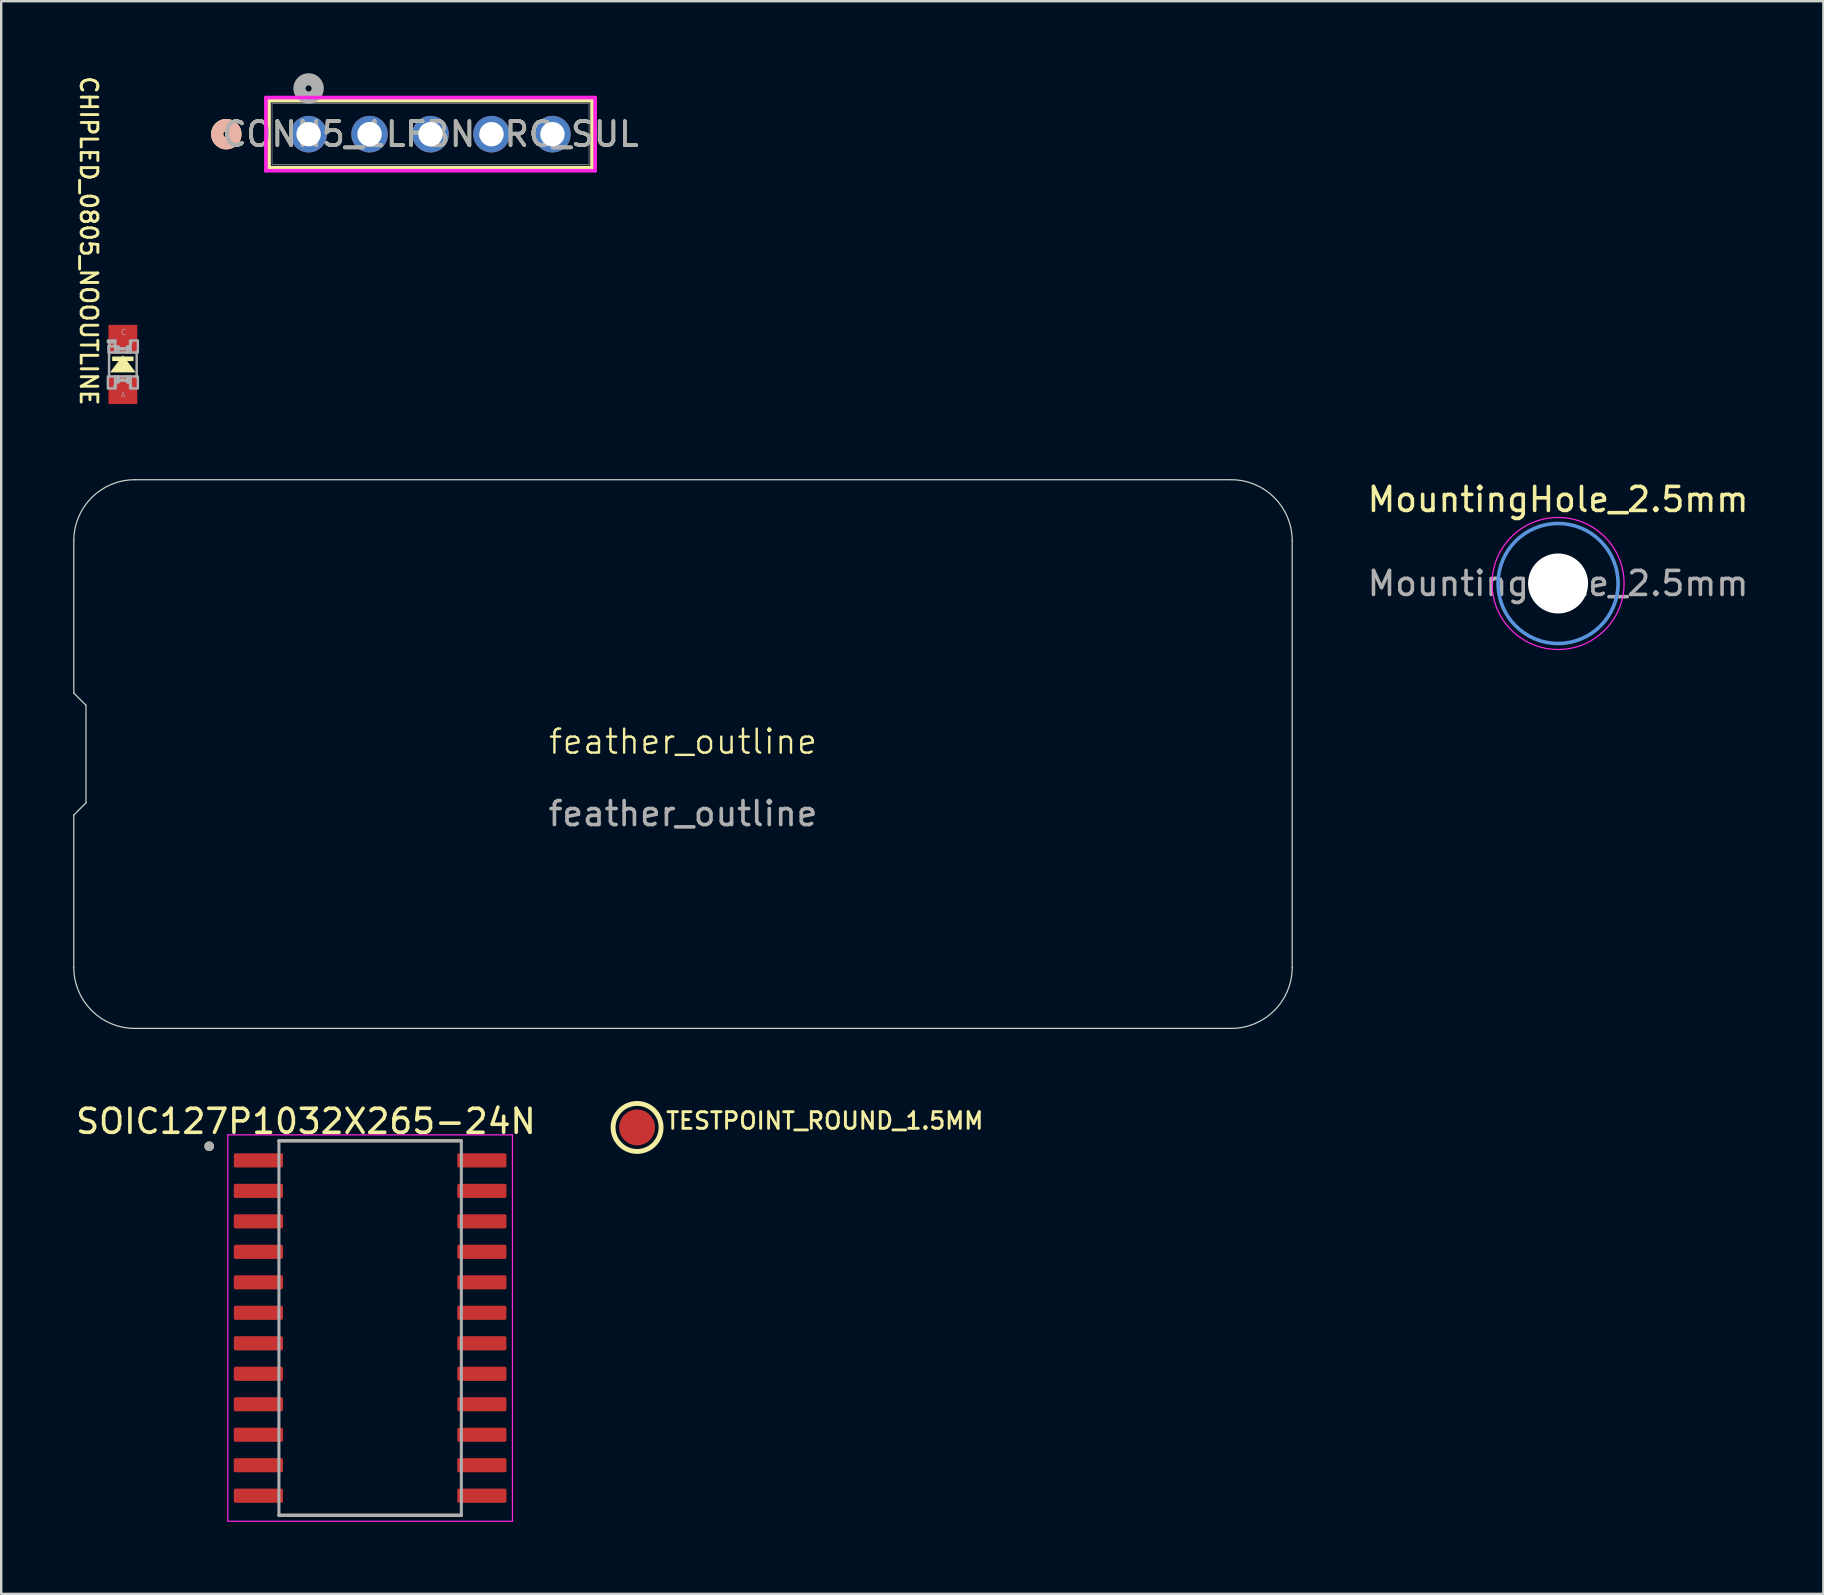
<source format=kicad_pcb>
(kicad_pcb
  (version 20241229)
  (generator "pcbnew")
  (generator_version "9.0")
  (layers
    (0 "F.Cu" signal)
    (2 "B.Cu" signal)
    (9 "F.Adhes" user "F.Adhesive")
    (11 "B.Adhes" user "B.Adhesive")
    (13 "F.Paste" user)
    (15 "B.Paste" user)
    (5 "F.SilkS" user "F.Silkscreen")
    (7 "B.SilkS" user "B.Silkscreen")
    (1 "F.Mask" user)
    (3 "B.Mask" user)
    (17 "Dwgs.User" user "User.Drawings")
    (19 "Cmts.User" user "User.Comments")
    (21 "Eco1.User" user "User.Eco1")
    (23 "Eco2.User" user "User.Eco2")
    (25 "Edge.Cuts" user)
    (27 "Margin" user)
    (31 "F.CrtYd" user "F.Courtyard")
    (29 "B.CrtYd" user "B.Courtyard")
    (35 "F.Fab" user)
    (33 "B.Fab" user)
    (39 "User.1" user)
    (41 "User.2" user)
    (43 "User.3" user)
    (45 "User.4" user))
  (footprint "CONN5_1LFBN-RC_SUL"
    (layer "F.Cu")
    (at 9.808 2.54)
    (property "Reference" "CONN5_1LFBN-RC_SUL" (at 5.08 0 0) (unlocked yes) (layer "F.SilkS") (effects (font (size 1 1) (thickness 0.15))))
    (attr through_hole)
    (fp_line (start -1.651 -1.397) (end -1.651 1.397) (stroke (width 0.152) (type solid)) (layer "F.SilkS"))
    (fp_line (start -1.651 1.397) (end 11.811 1.397) (stroke (width 0.152) (type solid)) (layer "F.SilkS"))
    (fp_line (start 11.811 -1.397) (end -1.651 -1.397) (stroke (width 0.152) (type solid)) (layer "F.SilkS"))
    (fp_line (start 11.811 1.397) (end 11.811 -1.397) (stroke (width 0.152) (type solid)) (layer "F.SilkS"))
    (fp_circle (center -3.429 0) (end -3.048 0) (stroke (width 0.508) (type solid)) (fill no) (layer "F.SilkS"))
    (fp_circle (center -3.429 0) (end -3.048 0) (stroke (width 0.508) (type solid)) (fill no) (layer "B.SilkS"))
    (fp_line (start -1.778 -1.524) (end -1.778 1.524) (stroke (width 0.152) (type solid)) (layer "F.CrtYd"))
    (fp_line (start -1.778 1.524) (end 11.938 1.524) (stroke (width 0.152) (type solid)) (layer "F.CrtYd"))
    (fp_line (start 11.938 -1.524) (end -1.778 -1.524) (stroke (width 0.152) (type solid)) (layer "F.CrtYd"))
    (fp_line (start 11.938 1.524) (end 11.938 -1.524) (stroke (width 0.152) (type solid)) (layer "F.CrtYd"))
    (fp_line (start -1.524 -1.27) (end -1.524 1.27) (stroke (width 0.025) (type solid)) (layer "F.Fab"))
    (fp_line (start -1.524 1.27) (end 11.684 1.27) (stroke (width 0.025) (type solid)) (layer "F.Fab"))
    (fp_line (start 11.684 -1.27) (end -1.524 -1.27) (stroke (width 0.025) (type solid)) (layer "F.Fab"))
    (fp_line (start 11.684 1.27) (end 11.684 -1.27) (stroke (width 0.025) (type solid)) (layer "F.Fab"))
    (fp_circle (center 0 -1.905) (end 0.381 -1.905) (stroke (width 0.508) (type solid)) (fill no) (layer "F.Fab"))
    (fp_text user "${REFERENCE}" (at 5.08 0 0) (unlocked yes) (layer "F.Fab") (effects (font (size 1 1) (thickness 0.15))))
    (pad "1" thru_hole circle (at 0 0) (size 1.524 1.524) (drill 1.016) (layers "*.Cu" "*.Mask"))
    (pad "2" thru_hole circle (at 2.54 0) (size 1.524 1.524) (drill 1.016) (layers "*.Cu" "*.Mask"))
    (pad "3" thru_hole circle (at 5.08 0) (size 1.524 1.524) (drill 1.016) (layers "*.Cu" "*.Mask"))
    (pad "4" thru_hole circle (at 7.62 0) (size 1.524 1.524) (drill 1.016) (layers "*.Cu" "*.Mask"))
    (pad "5" thru_hole circle (at 10.16 0) (size 1.524 1.524) (drill 1.016) (layers "*.Cu" "*.Mask")))
  (footprint "MountingHole_2.5mm"
    (layer "F.Cu")
    (at 61.867 21.261)
    (property "Reference" "MountingHole_2.5mm" (at 0 -3.5 0) (layer "F.SilkS") (effects (font (size 1 1) (thickness 0.15))))
    (attr exclude_from_pos_files)
    (fp_circle (center 0 0) (end 2.5 0) (stroke (width 0.15) (type solid)) (fill no) (layer "Cmts.User"))
    (fp_circle (center 0 0) (end 2.75 0) (stroke (width 0.05) (type solid)) (fill no) (layer "F.CrtYd"))
    (fp_text user "${REFERENCE}" (at 0 0 0) (layer "F.Fab") (effects (font (size 1 1) (thickness 0.15))))
    (pad "" np_thru_hole circle (at 0 0) (size 2.5 2.5) (drill 2.5) (layers "*.Cu" "*.Mask")))
  (footprint "CHIPLED_0805_NOOUTLINE"
    (layer "F.Cu")
    (at 2.069 12.135)
    (property "Reference" "CHIPLED_0805_NOOUTLINE" (at -1.016 1.778 270) (unlocked yes) (layer "F.SilkS") (effects (font (size 0.693 0.693) (thickness 0.12)) (justify right top)))
    (fp_poly (pts (xy 0.533 0.33) (xy -0.533 0.33) (xy 0 -0.381)) (stroke (width 0) (type default)) (fill yes) (layer "F.SilkS"))
    (fp_poly (pts (xy -0.445 -0.141) (xy 0.445 -0.141) (xy 0.445 -0.331) (xy -0.445 -0.331)) (stroke (width 0) (type default)) (fill yes) (layer "F.SilkS"))
    (fp_line (start -0.575 0.5) (end -0.575 -0.925) (stroke (width 0.102) (type solid)) (layer "F.Fab"))
    (fp_line (start 0.575 -0.525) (end 0.575 0.525) (stroke (width 0.102) (type solid)) (layer "F.Fab"))
    (fp_arc (start -0.35 0.925) (mid -0.000001 0.625027) (end 0.35 0.924998) (stroke (width 0.1016) (type solid)) (layer "F.Fab"))
    (fp_arc (start 0.35 -0.924998) (mid -0.000001 -0.625027) (end -0.35 -0.925) (stroke (width 0.1016) (type solid)) (layer "F.Fab"))
    (fp_circle (center -0.45 -0.85) (end -0.347 -0.85) (stroke (width 0.076) (type solid)) (fill no) (layer "F.Fab"))
    (fp_poly (pts (xy -0.625 -0.925) (xy -0.3 -0.925) (xy -0.3 -1) (xy -0.625 -1)) (stroke (width 0.1) (type default)) (fill no) (layer "F.Fab"))
    (fp_poly (pts (xy -0.625 1) (xy -0.3 1) (xy -0.3 0.5) (xy -0.625 0.5)) (stroke (width 0.1) (type default)) (fill no) (layer "F.Fab"))
    (fp_poly (pts (xy -0.6 -0.5) (xy -0.3 -0.5) (xy -0.3 -0.762) (xy -0.6 -0.762)) (stroke (width 0.1) (type default)) (fill no) (layer "F.Fab"))
    (fp_poly (pts (xy -0.325 -0.5) (xy -0.175 -0.5) (xy -0.175 -0.75) (xy -0.325 -0.75)) (stroke (width 0.1) (type default)) (fill no) (layer "F.Fab"))
    (fp_poly (pts (xy -0.325 0.75) (xy -0.175 0.75) (xy -0.175 0.5) (xy -0.325 0.5)) (stroke (width 0.1) (type default)) (fill no) (layer "F.Fab"))
    (fp_poly (pts (xy -0.2 -0.5) (xy 0.2 -0.5) (xy 0.2 -0.675) (xy -0.2 -0.675)) (stroke (width 0.1) (type default)) (fill no) (layer "F.Fab"))
    (fp_poly (pts (xy -0.2 0.675) (xy 0.2 0.675) (xy 0.2 0.5) (xy -0.2 0.5)) (stroke (width 0.1) (type default)) (fill no) (layer "F.Fab"))
    (fp_poly (pts (xy 0.175 -0.5) (xy 0.325 -0.5) (xy 0.325 -0.75) (xy 0.175 -0.75)) (stroke (width 0.1) (type default)) (fill no) (layer "F.Fab"))
    (fp_poly (pts (xy 0.175 0.75) (xy 0.325 0.75) (xy 0.325 0.5) (xy 0.175 0.5)) (stroke (width 0.1) (type default)) (fill no) (layer "F.Fab"))
    (fp_poly (pts (xy 0.3 -0.5) (xy 0.625 -0.5) (xy 0.625 -1) (xy 0.3 -1)) (stroke (width 0.1) (type default)) (fill no) (layer "F.Fab"))
    (fp_poly (pts (xy 0.3 1) (xy 0.625 1) (xy 0.625 0.5) (xy 0.3 0.5)) (stroke (width 0.1) (type default)) (fill no) (layer "F.Fab"))
    (fp_text user "C" (at -0.1 -1.2 0) (unlocked yes) (layer "F.Fab") (effects (font (size 0.234 0.234) (thickness 0.02)) (justify left bottom)))
    (fp_text user "A" (at -0.1 1.4 0) (unlocked yes) (layer "F.Fab") (effects (font (size 0.234 0.234) (thickness 0.02)) (justify left bottom)))
    (pad "A" smd rect (at 0 1.05) (size 1.2 1.2) (layers "F.Cu" "F.Mask" "F.Paste"))
    (pad "C" smd rect (at 0 -1.05) (size 1.2 1.2) (layers "F.Cu" "F.Mask" "F.Paste")))
  (footprint "feather_outline"
    (layer "F.Cu")
    (at 25.407 28.35)
    (property "Reference" "feather_outline" (at 0 -0.5 0) (unlocked yes) (layer "F.SilkS") (effects (font (size 1 1) (thickness 0.1))))
    (fp_line (start -25.382 -8.872) (end -25.382 -2.522) (stroke (width 0.05) (type solid)) (layer "Edge.Cuts"))
    (fp_line (start -25.382 -2.522) (end -24.874 -2.014) (stroke (width 0.05) (type solid)) (layer "Edge.Cuts"))
    (fp_line (start -25.382 2.558) (end -25.382 8.908) (stroke (width 0.05) (type solid)) (layer "Edge.Cuts"))
    (fp_line (start -24.874 -2.014) (end -24.874 2.05) (stroke (width 0.05) (type solid)) (layer "Edge.Cuts"))
    (fp_line (start -24.874 2.05) (end -25.382 2.558) (stroke (width 0.05) (type solid)) (layer "Edge.Cuts"))
    (fp_line (start -22.842 11.448) (end 22.842 11.448) (stroke (width 0.05) (type solid)) (layer "Edge.Cuts"))
    (fp_line (start 22.842 -11.412) (end -22.842 -11.412) (stroke (width 0.05) (type solid)) (layer "Edge.Cuts"))
    (fp_line (start 25.382 8.908) (end 25.382 -8.872) (stroke (width 0.05) (type solid)) (layer "Edge.Cuts"))
    (fp_arc (start -25.381949 -8.871949) (mid -24.638 -10.668) (end -22.841949 -11.411949) (stroke (width 0.05) (type solid)) (layer "Edge.Cuts"))
    (fp_arc (start -22.841949 11.448051) (mid -24.638001 10.704103) (end -25.381949 8.908051) (stroke (width 0.05) (type solid)) (layer "Edge.Cuts"))
    (fp_arc (start 22.841949 -11.411949) (mid 24.638 -10.668) (end 25.381949 -8.871949) (stroke (width 0.05) (type solid)) (layer "Edge.Cuts"))
    (fp_arc (start 25.381949 8.908051) (mid 24.638 10.704102) (end 22.841949 11.448051) (stroke (width 0.05) (type solid)) (layer "Edge.Cuts"))
    (fp_text user "${REFERENCE}" (at 0 2.5 0) (unlocked yes) (layer "F.Fab") (effects (font (size 1 1) (thickness 0.15)))))
  (footprint "TESTPOINT_ROUND_1.5MM"
    (layer "F.Cu")
    (at 23.494 43.925)
    (property "Reference" "TESTPOINT_ROUND_1.5MM" (at 1.143 0.127 0) (unlocked yes) (layer "F.SilkS") (effects (font (size 0.693 0.693) (thickness 0.12)) (justify left bottom)))
    (fp_circle (center 0 0) (end 1 0) (stroke (width 0.203) (type solid)) (fill no) (layer "F.SilkS"))
    (pad "P$1" smd roundrect (at 0 0) (size 1.5 1.5) (layers "F.Cu" "F.Mask") (roundrect_rratio 0.5)))
  (footprint "SOIC127P1032X265-24N"
    (layer "F.Cu")
    (at 12.371 52.283)
    (property "Reference" "SOIC127P1032X265-24N" (at -2.675 -8.612 0) (layer "F.SilkS") (effects (font (size 1 1) (thickness 0.15))))
    (attr smd)
    (fp_line (start -3.8 -7.8) (end 3.8 -7.8) (stroke (width 0.127) (type solid)) (layer "F.SilkS"))
    (fp_line (start -3.8 7.8) (end 3.8 7.8) (stroke (width 0.127) (type solid)) (layer "F.SilkS"))
    (fp_circle (center -6.705 -7.575) (end -6.605 -7.575) (stroke (width 0.2) (type solid)) (fill no) (layer "F.SilkS"))
    (fp_line (start -5.93 -8.05) (end -5.93 8.05) (stroke (width 0.05) (type solid)) (layer "F.CrtYd"))
    (fp_line (start -5.93 -8.05) (end 5.93 -8.05) (stroke (width 0.05) (type solid)) (layer "F.CrtYd"))
    (fp_line (start -5.93 8.05) (end 5.93 8.05) (stroke (width 0.05) (type solid)) (layer "F.CrtYd"))
    (fp_line (start 5.93 -8.05) (end 5.93 8.05) (stroke (width 0.05) (type solid)) (layer "F.CrtYd"))
    (fp_line (start -3.8 -7.8) (end -3.8 7.8) (stroke (width 0.127) (type solid)) (layer "F.Fab"))
    (fp_line (start -3.8 -7.8) (end 3.8 -7.8) (stroke (width 0.127) (type solid)) (layer "F.Fab"))
    (fp_line (start -3.8 7.8) (end 3.8 7.8) (stroke (width 0.127) (type solid)) (layer "F.Fab"))
    (fp_line (start 3.8 -7.8) (end 3.8 7.8) (stroke (width 0.127) (type solid)) (layer "F.Fab"))
    (fp_circle (center -6.705 -7.575) (end -6.605 -7.575) (stroke (width 0.2) (type solid)) (fill no) (layer "F.Fab"))
    (pad "1" smd roundrect (at -4.655 -6.985) (size 2.05 0.59) (layers "F.Cu" "F.Mask" "F.Paste") (roundrect_rratio 0.125))
    (pad "2" smd roundrect (at -4.655 -5.715) (size 2.05 0.59) (layers "F.Cu" "F.Mask" "F.Paste") (roundrect_rratio 0.125))
    (pad "3" smd roundrect (at -4.655 -4.445) (size 2.05 0.59) (layers "F.Cu" "F.Mask" "F.Paste") (roundrect_rratio 0.125))
    (pad "4" smd roundrect (at -4.655 -3.175) (size 2.05 0.59) (layers "F.Cu" "F.Mask" "F.Paste") (roundrect_rratio 0.125))
    (pad "5" smd roundrect (at -4.655 -1.905) (size 2.05 0.59) (layers "F.Cu" "F.Mask" "F.Paste") (roundrect_rratio 0.125))
    (pad "6" smd roundrect (at -4.655 -0.635) (size 2.05 0.59) (layers "F.Cu" "F.Mask" "F.Paste") (roundrect_rratio 0.125))
    (pad "7" smd roundrect (at -4.655 0.635) (size 2.05 0.59) (layers "F.Cu" "F.Mask" "F.Paste") (roundrect_rratio 0.125))
    (pad "8" smd roundrect (at -4.655 1.905) (size 2.05 0.59) (layers "F.Cu" "F.Mask" "F.Paste") (roundrect_rratio 0.125))
    (pad "9" smd roundrect (at -4.655 3.175) (size 2.05 0.59) (layers "F.Cu" "F.Mask" "F.Paste") (roundrect_rratio 0.125))
    (pad "10" smd roundrect (at -4.655 4.445) (size 2.05 0.59) (layers "F.Cu" "F.Mask" "F.Paste") (roundrect_rratio 0.125))
    (pad "11" smd roundrect (at -4.655 5.715) (size 2.05 0.59) (layers "F.Cu" "F.Mask" "F.Paste") (roundrect_rratio 0.125))
    (pad "12" smd roundrect (at -4.655 6.985) (size 2.05 0.59) (layers "F.Cu" "F.Mask" "F.Paste") (roundrect_rratio 0.125))
    (pad "13" smd roundrect (at 4.655 6.985) (size 2.05 0.59) (layers "F.Cu" "F.Mask" "F.Paste") (roundrect_rratio 0.125))
    (pad "14" smd roundrect (at 4.655 5.715) (size 2.05 0.59) (layers "F.Cu" "F.Mask" "F.Paste") (roundrect_rratio 0.125))
    (pad "15" smd roundrect (at 4.655 4.445) (size 2.05 0.59) (layers "F.Cu" "F.Mask" "F.Paste") (roundrect_rratio 0.125))
    (pad "16" smd roundrect (at 4.655 3.175) (size 2.05 0.59) (layers "F.Cu" "F.Mask" "F.Paste") (roundrect_rratio 0.125))
    (pad "17" smd roundrect (at 4.655 1.905) (size 2.05 0.59) (layers "F.Cu" "F.Mask" "F.Paste") (roundrect_rratio 0.125))
    (pad "18" smd roundrect (at 4.655 0.635) (size 2.05 0.59) (layers "F.Cu" "F.Mask" "F.Paste") (roundrect_rratio 0.125))
    (pad "19" smd roundrect (at 4.655 -0.635) (size 2.05 0.59) (layers "F.Cu" "F.Mask" "F.Paste") (roundrect_rratio 0.125))
    (pad "20" smd roundrect (at 4.655 -1.905) (size 2.05 0.59) (layers "F.Cu" "F.Mask" "F.Paste") (roundrect_rratio 0.125))
    (pad "21" smd roundrect (at 4.655 -3.175) (size 2.05 0.59) (layers "F.Cu" "F.Mask" "F.Paste") (roundrect_rratio 0.125))
    (pad "22" smd roundrect (at 4.655 -4.445) (size 2.05 0.59) (layers "F.Cu" "F.Mask" "F.Paste") (roundrect_rratio 0.125))
    (pad "23" smd roundrect (at 4.655 -5.715) (size 2.05 0.59) (layers "F.Cu" "F.Mask" "F.Paste") (roundrect_rratio 0.125))
    (pad "24" smd roundrect (at 4.655 -6.985) (size 2.05 0.59) (layers "F.Cu" "F.Mask" "F.Paste") (roundrect_rratio 0.125)))
  (gr_rect
    (start -3 -3)
    (end 72.921 63.358)
    (stroke (width 0.1) (type default))
    (fill no)
    (layer "Edge.Cuts")))
</source>
